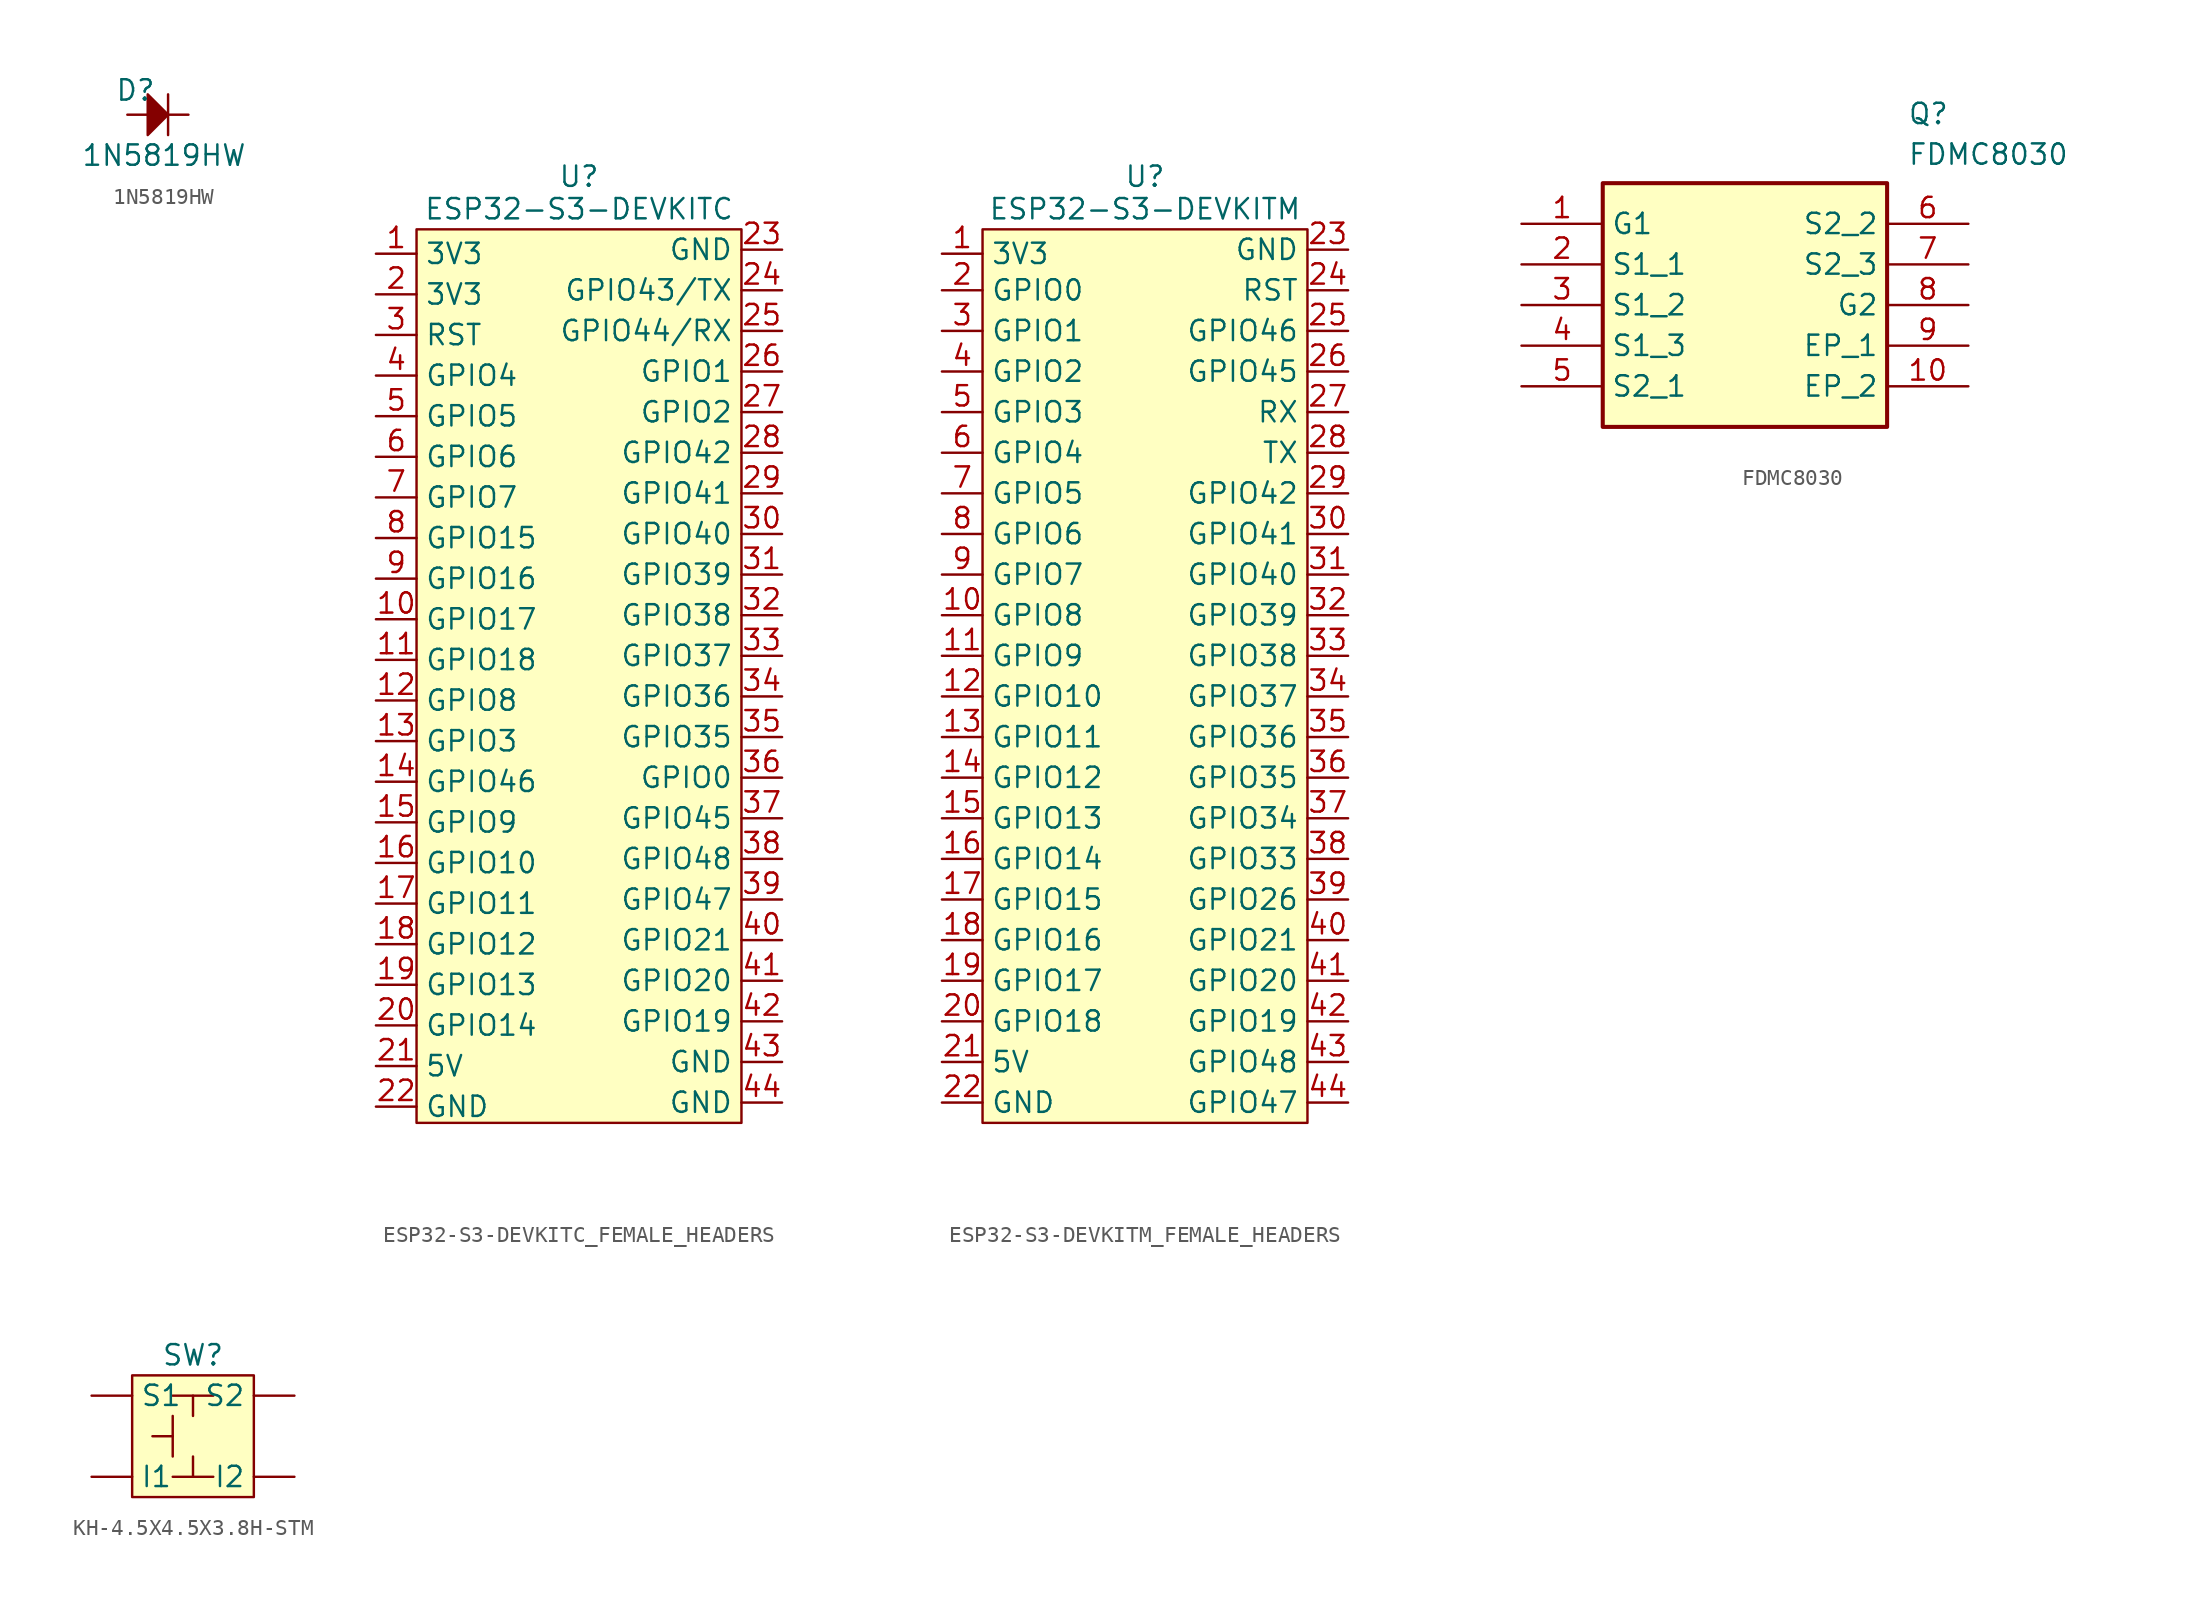
<source format=kicad_sym>
(kicad_symbol_lib
  (version 20241209)
  (generator "kicad_symbol_editor")
  (generator_version "9.0")
  (symbol "1N5819HW"
    (property "Reference" "D"
      (at -3.302 0.254 0)
      (effects (font (size 1.27 1.27))))
    (property "Value" "1N5819HW"
      (at -1.524 -3.81 0)
      (effects (font (size 1.27 1.27))))
    (symbol "1N5819HW_0_1"
      (polyline (pts (xy -1.27 0) (xy -1.27 -2.54)) (stroke (width 0) (type default)) (fill (type none))))
    (symbol "1N5819HW_1_1"
      (polyline (pts (xy -1.27 -1.27) (xy -2.54 -2.54) (xy -2.54 0) (xy -1.27 -1.27)) (stroke (width 0) (type default)) (fill (type outline)))
      (pin input line (at -3.81 -1.27 0) (length 2.54) (name "" (effects (font (size 1.27 1.27)))) (number "" (effects (font (size 1.27 1.27)))))
      (pin output line (at 0 -1.27 180) (length 2.54) (name "" (effects (font (size 1.27 1.27)))) (number "" (effects (font (size 1.27 1.27)))))))
  (symbol "ESP32-S3-DEVKITC_FEMALE_HEADERS"
    (property "Reference" "U"
      (at 10.16 59.182 0)
      (effects (font (size 1.27 1.27))))
    (property "Value" "ESP32-S3-DEVKITC"
      (at 10.16 57.15 0)
      (effects (font (size 1.27 1.27))))
    (symbol "ESP32-S3-DEVKITC_FEMALE_HEADERS_1_0"
      (pin bidirectional line (at -2.54 51.816 0) (length 2.54) (name "3V3" (effects (font (size 1.27 1.27)))) (number "2" (effects (font (size 1.27 1.27)))))
      (pin input line (at -2.54 49.276 0) (length 2.54) (name "RST" (effects (font (size 1.27 1.27)))) (number "3" (effects (font (size 1.27 1.27)))))
      (pin bidirectional line (at -2.54 46.736 0) (length 2.54) (name "GPIO4" (effects (font (size 1.27 1.27)))) (number "4" (effects (font (size 1.27 1.27)))))
      (pin bidirectional line (at -2.54 44.196 0) (length 2.54) (name "GPIO5" (effects (font (size 1.27 1.27)))) (number "5" (effects (font (size 1.27 1.27)))))
      (pin bidirectional line (at -2.54 41.656 0) (length 2.54) (name "GPIO6" (effects (font (size 1.27 1.27)))) (number "6" (effects (font (size 1.27 1.27)))))
      (pin bidirectional line (at -2.54 39.116 0) (length 2.54) (name "GPIO7" (effects (font (size 1.27 1.27)))) (number "7" (effects (font (size 1.27 1.27)))))
      (pin bidirectional line (at -2.54 36.576 0) (length 2.54) (name "GPIO15" (effects (font (size 1.27 1.27)))) (number "8" (effects (font (size 1.27 1.27)))))
      (pin bidirectional line (at -2.54 34.036 0) (length 2.54) (name "GPIO16" (effects (font (size 1.27 1.27)))) (number "9" (effects (font (size 1.27 1.27)))))
      (pin bidirectional line (at -2.54 31.496 0) (length 2.54) (name "GPIO17" (effects (font (size 1.27 1.27)))) (number "10" (effects (font (size 1.27 1.27)))))
      (pin bidirectional line (at -2.54 28.956 0) (length 2.54) (name "GPIO18" (effects (font (size 1.27 1.27)))) (number "11" (effects (font (size 1.27 1.27)))))
      (pin bidirectional line (at -2.54 26.416 0) (length 2.54) (name "GPIO8" (effects (font (size 1.27 1.27)))) (number "12" (effects (font (size 1.27 1.27)))))
      (pin bidirectional line (at -2.54 23.876 0) (length 2.54) (name "GPIO3" (effects (font (size 1.27 1.27)))) (number "13" (effects (font (size 1.27 1.27)))))
      (pin bidirectional line (at -2.54 21.336 0) (length 2.54) (name "GPIO46" (effects (font (size 1.27 1.27)))) (number "14" (effects (font (size 1.27 1.27)))))
      (pin bidirectional line (at -2.54 18.796 0) (length 2.54) (name "GPIO9" (effects (font (size 1.27 1.27)))) (number "15" (effects (font (size 1.27 1.27)))))
      (pin bidirectional line (at -2.54 16.256 0) (length 2.54) (name "GPIO10" (effects (font (size 1.27 1.27)))) (number "16" (effects (font (size 1.27 1.27)))))
      (pin bidirectional line (at -2.54 13.716 0) (length 2.54) (name "GPIO11" (effects (font (size 1.27 1.27)))) (number "17" (effects (font (size 1.27 1.27)))))
      (pin bidirectional line (at -2.54 11.176 0) (length 2.54) (name "GPIO12" (effects (font (size 1.27 1.27)))) (number "18" (effects (font (size 1.27 1.27)))))
      (pin bidirectional line (at -2.54 8.636 0) (length 2.54) (name "GPIO13" (effects (font (size 1.27 1.27)))) (number "19" (effects (font (size 1.27 1.27)))))
      (pin bidirectional line (at -2.54 6.096 0) (length 2.54) (name "GPIO14" (effects (font (size 1.27 1.27)))) (number "20" (effects (font (size 1.27 1.27)))))
      (pin bidirectional line (at -2.54 3.556 0) (length 2.54) (name "5V" (effects (font (size 1.27 1.27)))) (number "21" (effects (font (size 1.27 1.27)))))
      (pin bidirectional line (at -2.54 1.016 0) (length 2.54) (name "GND" (effects (font (size 1.27 1.27)))) (number "22" (effects (font (size 1.27 1.27)))))
      (pin bidirectional line (at 22.86 54.61 180) (length 2.54) (name "GND" (effects (font (size 1.27 1.27)))) (number "23" (effects (font (size 1.27 1.27)))))
      (pin bidirectional line (at 22.86 52.07 180) (length 2.54) (name "GPIO43/TX" (effects (font (size 1.27 1.27)))) (number "24" (effects (font (size 1.27 1.27)))))
      (pin bidirectional line (at 22.86 49.53 180) (length 2.54) (name "GPIO44/RX" (effects (font (size 1.27 1.27)))) (number "25" (effects (font (size 1.27 1.27)))))
      (pin bidirectional line (at 22.86 46.99 180) (length 2.54) (name "GPIO1" (effects (font (size 1.27 1.27)))) (number "26" (effects (font (size 1.27 1.27)))))
      (pin bidirectional line (at 22.86 44.45 180) (length 2.54) (name "GPIO2" (effects (font (size 1.27 1.27)))) (number "27" (effects (font (size 1.27 1.27)))))
      (pin bidirectional line (at 22.86 41.91 180) (length 2.54) (name "GPIO42" (effects (font (size 1.27 1.27)))) (number "28" (effects (font (size 1.27 1.27)))))
      (pin bidirectional line (at 22.86 39.37 180) (length 2.54) (name "GPIO41" (effects (font (size 1.27 1.27)))) (number "29" (effects (font (size 1.27 1.27)))))
      (pin bidirectional line (at 22.86 36.83 180) (length 2.54) (name "GPIO40" (effects (font (size 1.27 1.27)))) (number "30" (effects (font (size 1.27 1.27)))))
      (pin bidirectional line (at 22.86 34.29 180) (length 2.54) (name "GPIO39" (effects (font (size 1.27 1.27)))) (number "31" (effects (font (size 1.27 1.27)))))
      (pin bidirectional line (at 22.86 31.75 180) (length 2.54) (name "GPIO38" (effects (font (size 1.27 1.27)))) (number "32" (effects (font (size 1.27 1.27)))))
      (pin bidirectional line (at 22.86 29.21 180) (length 2.54) (name "GPIO37" (effects (font (size 1.27 1.27)))) (number "33" (effects (font (size 1.27 1.27)))))
      (pin bidirectional line (at 22.86 26.67 180) (length 2.54) (name "GPIO36" (effects (font (size 1.27 1.27)))) (number "34" (effects (font (size 1.27 1.27)))))
      (pin bidirectional line (at 22.86 24.13 180) (length 2.54) (name "GPIO35" (effects (font (size 1.27 1.27)))) (number "35" (effects (font (size 1.27 1.27)))))
      (pin bidirectional line (at 22.86 21.59 180) (length 2.54) (name "GPIO0" (effects (font (size 1.27 1.27)))) (number "36" (effects (font (size 1.27 1.27)))))
      (pin bidirectional line (at 22.86 19.05 180) (length 2.54) (name "GPIO45" (effects (font (size 1.27 1.27)))) (number "37" (effects (font (size 1.27 1.27)))))
      (pin bidirectional line (at 22.86 16.51 180) (length 2.54) (name "GPIO48" (effects (font (size 1.27 1.27)))) (number "38" (effects (font (size 1.27 1.27)))))
      (pin bidirectional line (at 22.86 13.97 180) (length 2.54) (name "GPIO47" (effects (font (size 1.27 1.27)))) (number "39" (effects (font (size 1.27 1.27)))))
      (pin bidirectional line (at 22.86 11.43 180) (length 2.54) (name "GPIO21" (effects (font (size 1.27 1.27)))) (number "40" (effects (font (size 1.27 1.27)))))
      (pin bidirectional line (at 22.86 8.89 180) (length 2.54) (name "GPIO20" (effects (font (size 1.27 1.27)))) (number "41" (effects (font (size 1.27 1.27)))))
      (pin bidirectional line (at 22.86 6.35 180) (length 2.54) (name "GPIO19" (effects (font (size 1.27 1.27)))) (number "42" (effects (font (size 1.27 1.27)))))
      (pin bidirectional line (at 22.86 3.81 180) (length 2.54) (name "GND" (effects (font (size 1.27 1.27)))) (number "43" (effects (font (size 1.27 1.27)))))
      (pin bidirectional line (at 22.86 1.27 180) (length 2.54) (name "GND" (effects (font (size 1.27 1.27)))) (number "44" (effects (font (size 1.27 1.27))))))
    (symbol "ESP32-S3-DEVKITC_FEMALE_HEADERS_1_1"
      (rectangle (start 0 55.88) (end 20.32 0) (stroke (width 0) (type solid)) (fill (type background)))
      (pin bidirectional line (at -2.54 54.356 0) (length 2.54) (name "3V3" (effects (font (size 1.27 1.27)))) (number "1" (effects (font (size 1.27 1.27)))))))
  (symbol "ESP32-S3-DEVKITM_FEMALE_HEADERS"
    (property "Reference" "U"
      (at 0 59.182 0)
      (effects (font (size 1.27 1.27))))
    (property "Value" "ESP32-S3-DEVKITM"
      (at 0 57.15 0)
      (effects (font (size 1.27 1.27))))
    (symbol "ESP32-S3-DEVKITM_FEMALE_HEADERS_1_0"
      (pin input line (at -12.7 52.07 0) (length 2.54) (name "GPIO0" (effects (font (size 1.27 1.27)))) (number "2" (effects (font (size 1.27 1.27)))))
      (pin bidirectional line (at -12.7 49.53 0) (length 2.54) (name "GPIO1" (effects (font (size 1.27 1.27)))) (number "3" (effects (font (size 1.27 1.27)))))
      (pin bidirectional line (at -12.7 46.99 0) (length 2.54) (name "GPIO2" (effects (font (size 1.27 1.27)))) (number "4" (effects (font (size 1.27 1.27)))))
      (pin bidirectional line (at -12.7 44.45 0) (length 2.54) (name "GPIO3" (effects (font (size 1.27 1.27)))) (number "5" (effects (font (size 1.27 1.27)))))
      (pin bidirectional line (at -12.7 41.91 0) (length 2.54) (name "GPIO4" (effects (font (size 1.27 1.27)))) (number "6" (effects (font (size 1.27 1.27)))))
      (pin bidirectional line (at -12.7 39.37 0) (length 2.54) (name "GPIO5" (effects (font (size 1.27 1.27)))) (number "7" (effects (font (size 1.27 1.27)))))
      (pin bidirectional line (at -12.7 36.83 0) (length 2.54) (name "GPIO6" (effects (font (size 1.27 1.27)))) (number "8" (effects (font (size 1.27 1.27)))))
      (pin bidirectional line (at -12.7 34.29 0) (length 2.54) (name "GPIO7" (effects (font (size 1.27 1.27)))) (number "9" (effects (font (size 1.27 1.27)))))
      (pin bidirectional line (at -12.7 31.75 0) (length 2.54) (name "GPIO8" (effects (font (size 1.27 1.27)))) (number "10" (effects (font (size 1.27 1.27)))))
      (pin bidirectional line (at -12.7 29.21 0) (length 2.54) (name "GPIO9" (effects (font (size 1.27 1.27)))) (number "11" (effects (font (size 1.27 1.27)))))
      (pin bidirectional line (at -12.7 26.67 0) (length 2.54) (name "GPIO10" (effects (font (size 1.27 1.27)))) (number "12" (effects (font (size 1.27 1.27)))))
      (pin bidirectional line (at -12.7 24.13 0) (length 2.54) (name "GPIO11" (effects (font (size 1.27 1.27)))) (number "13" (effects (font (size 1.27 1.27)))))
      (pin bidirectional line (at -12.7 21.59 0) (length 2.54) (name "GPIO12" (effects (font (size 1.27 1.27)))) (number "14" (effects (font (size 1.27 1.27)))))
      (pin bidirectional line (at -12.7 19.05 0) (length 2.54) (name "GPIO13" (effects (font (size 1.27 1.27)))) (number "15" (effects (font (size 1.27 1.27)))))
      (pin bidirectional line (at -12.7 16.51 0) (length 2.54) (name "GPIO14" (effects (font (size 1.27 1.27)))) (number "16" (effects (font (size 1.27 1.27)))))
      (pin bidirectional line (at -12.7 13.97 0) (length 2.54) (name "GPIO15" (effects (font (size 1.27 1.27)))) (number "17" (effects (font (size 1.27 1.27)))))
      (pin bidirectional line (at -12.7 11.43 0) (length 2.54) (name "GPIO16" (effects (font (size 1.27 1.27)))) (number "18" (effects (font (size 1.27 1.27)))))
      (pin bidirectional line (at -12.7 8.89 0) (length 2.54) (name "GPIO17" (effects (font (size 1.27 1.27)))) (number "19" (effects (font (size 1.27 1.27)))))
      (pin bidirectional line (at -12.7 6.35 0) (length 2.54) (name "GPIO18" (effects (font (size 1.27 1.27)))) (number "20" (effects (font (size 1.27 1.27)))))
      (pin bidirectional line (at -12.7 3.81 0) (length 2.54) (name "5V" (effects (font (size 1.27 1.27)))) (number "21" (effects (font (size 1.27 1.27)))))
      (pin bidirectional line (at -12.7 1.27 0) (length 2.54) (name "GND" (effects (font (size 1.27 1.27)))) (number "22" (effects (font (size 1.27 1.27)))))
      (pin bidirectional line (at 12.7 54.61 180) (length 2.54) (name "GND" (effects (font (size 1.27 1.27)))) (number "23" (effects (font (size 1.27 1.27)))))
      (pin bidirectional line (at 12.7 52.07 180) (length 2.54) (name "RST" (effects (font (size 1.27 1.27)))) (number "24" (effects (font (size 1.27 1.27)))))
      (pin bidirectional line (at 12.7 49.53 180) (length 2.54) (name "GPIO46" (effects (font (size 1.27 1.27)))) (number "25" (effects (font (size 1.27 1.27)))))
      (pin bidirectional line (at 12.7 46.99 180) (length 2.54) (name "GPIO45" (effects (font (size 1.27 1.27)))) (number "26" (effects (font (size 1.27 1.27)))))
      (pin bidirectional line (at 12.7 44.45 180) (length 2.54) (name "RX" (effects (font (size 1.27 1.27)))) (number "27" (effects (font (size 1.27 1.27)))))
      (pin bidirectional line (at 12.7 41.91 180) (length 2.54) (name "TX" (effects (font (size 1.27 1.27)))) (number "28" (effects (font (size 1.27 1.27)))))
      (pin bidirectional line (at 12.7 39.37 180) (length 2.54) (name "GPIO42" (effects (font (size 1.27 1.27)))) (number "29" (effects (font (size 1.27 1.27)))))
      (pin bidirectional line (at 12.7 36.83 180) (length 2.54) (name "GPIO41" (effects (font (size 1.27 1.27)))) (number "30" (effects (font (size 1.27 1.27)))))
      (pin bidirectional line (at 12.7 34.29 180) (length 2.54) (name "GPIO40" (effects (font (size 1.27 1.27)))) (number "31" (effects (font (size 1.27 1.27)))))
      (pin bidirectional line (at 12.7 31.75 180) (length 2.54) (name "GPIO39" (effects (font (size 1.27 1.27)))) (number "32" (effects (font (size 1.27 1.27)))))
      (pin bidirectional line (at 12.7 29.21 180) (length 2.54) (name "GPIO38" (effects (font (size 1.27 1.27)))) (number "33" (effects (font (size 1.27 1.27)))))
      (pin bidirectional line (at 12.7 26.67 180) (length 2.54) (name "GPIO37" (effects (font (size 1.27 1.27)))) (number "34" (effects (font (size 1.27 1.27)))))
      (pin bidirectional line (at 12.7 24.13 180) (length 2.54) (name "GPIO36" (effects (font (size 1.27 1.27)))) (number "35" (effects (font (size 1.27 1.27)))))
      (pin bidirectional line (at 12.7 21.59 180) (length 2.54) (name "GPIO35" (effects (font (size 1.27 1.27)))) (number "36" (effects (font (size 1.27 1.27)))))
      (pin bidirectional line (at 12.7 19.05 180) (length 2.54) (name "GPIO34" (effects (font (size 1.27 1.27)))) (number "37" (effects (font (size 1.27 1.27)))))
      (pin bidirectional line (at 12.7 16.51 180) (length 2.54) (name "GPIO33" (effects (font (size 1.27 1.27)))) (number "38" (effects (font (size 1.27 1.27)))))
      (pin bidirectional line (at 12.7 13.97 180) (length 2.54) (name "GPIO26" (effects (font (size 1.27 1.27)))) (number "39" (effects (font (size 1.27 1.27)))))
      (pin bidirectional line (at 12.7 11.43 180) (length 2.54) (name "GPIO21" (effects (font (size 1.27 1.27)))) (number "40" (effects (font (size 1.27 1.27)))))
      (pin bidirectional line (at 12.7 8.89 180) (length 2.54) (name "GPIO20" (effects (font (size 1.27 1.27)))) (number "41" (effects (font (size 1.27 1.27)))))
      (pin bidirectional line (at 12.7 6.35 180) (length 2.54) (name "GPIO19" (effects (font (size 1.27 1.27)))) (number "42" (effects (font (size 1.27 1.27)))))
      (pin bidirectional line (at 12.7 3.81 180) (length 2.54) (name "GPIO48" (effects (font (size 1.27 1.27)))) (number "43" (effects (font (size 1.27 1.27)))))
      (pin bidirectional line (at 12.7 1.27 180) (length 2.54) (name "GPIO47" (effects (font (size 1.27 1.27)))) (number "44" (effects (font (size 1.27 1.27))))))
    (symbol "ESP32-S3-DEVKITM_FEMALE_HEADERS_1_1"
      (rectangle (start -10.16 55.88) (end 10.16 0) (stroke (width 0) (type solid)) (fill (type background)))
      (pin bidirectional line (at -12.7 54.356 0) (length 2.54) (name "3V3" (effects (font (size 1.27 1.27)))) (number "1" (effects (font (size 1.27 1.27)))))))
  (symbol "FDMC8030"
    (property "Reference" "Q"
      (at 24.13 7.62 0)
      (effects (font (size 1.27 1.27)) (justify left top)))
    (property "Value" "FDMC8030"
      (at 24.13 5.08 0)
      (effects (font (size 1.27 1.27)) (justify left top)))
    (symbol "FDMC8030_1_1"
      (rectangle (start 5.08 2.54) (end 22.86 -12.7) (stroke (width 0.254) (type default)) (fill (type background)))
      (pin passive line (at 0 0 0) (length 5.08) (name "G1" (effects (font (size 1.27 1.27)))) (number "1" (effects (font (size 1.27 1.27)))))
      (pin passive line (at 0 -2.54 0) (length 5.08) (name "S1_1" (effects (font (size 1.27 1.27)))) (number "2" (effects (font (size 1.27 1.27)))))
      (pin passive line (at 0 -5.08 0) (length 5.08) (name "S1_2" (effects (font (size 1.27 1.27)))) (number "3" (effects (font (size 1.27 1.27)))))
      (pin passive line (at 0 -7.62 0) (length 5.08) (name "S1_3" (effects (font (size 1.27 1.27)))) (number "4" (effects (font (size 1.27 1.27)))))
      (pin passive line (at 0 -10.16 0) (length 5.08) (name "S2_1" (effects (font (size 1.27 1.27)))) (number "5" (effects (font (size 1.27 1.27)))))
      (pin passive line (at 27.94 0 180) (length 5.08) (name "S2_2" (effects (font (size 1.27 1.27)))) (number "6" (effects (font (size 1.27 1.27)))))
      (pin passive line (at 27.94 -2.54 180) (length 5.08) (name "S2_3" (effects (font (size 1.27 1.27)))) (number "7" (effects (font (size 1.27 1.27)))))
      (pin passive line (at 27.94 -5.08 180) (length 5.08) (name "G2" (effects (font (size 1.27 1.27)))) (number "8" (effects (font (size 1.27 1.27)))))
      (pin passive line (at 27.94 -7.62 180) (length 5.08) (name "EP_1" (effects (font (size 1.27 1.27)))) (number "9" (effects (font (size 1.27 1.27)))))
      (pin passive line (at 27.94 -10.16 180) (length 5.08) (name "EP_2" (effects (font (size 1.27 1.27)))) (number "10" (effects (font (size 1.27 1.27)))))))
  (symbol "KH-4.5X4.5X3.8H-STM"
    (property "Reference" "SW"
      (at 0 0 0)
      (effects (font (size 1.27 1.27))))
    (property "Value" ""
      (at 0 0 0)
      (effects (font (size 1.27 1.27))))
    (symbol "KH-4.5X4.5X3.8H-STM_0_1"
      (polyline (pts (xy -1.27 -2.54) (xy 1.27 -2.54)) (stroke (width 0) (type default)) (fill (type none)))
      (polyline (pts (xy -1.27 -3.81) (xy -1.27 -6.35)) (stroke (width 0) (type default)) (fill (type none)))
      (polyline (pts (xy -1.27 -5.08) (xy -2.54 -5.08)) (stroke (width 0) (type default)) (fill (type none)))
      (polyline (pts (xy -1.27 -7.62) (xy 1.27 -7.62)) (stroke (width 0) (type default)) (fill (type none)))
      (polyline (pts (xy 0 -2.54) (xy 0 -3.81)) (stroke (width 0) (type default)) (fill (type none)))
      (polyline (pts (xy 0 -7.62) (xy 0 -6.35)) (stroke (width 0) (type default)) (fill (type none))))
    (symbol "KH-4.5X4.5X3.8H-STM_1_1"
      (rectangle (start -3.81 -1.27) (end 3.81 -8.89) (stroke (width 0) (type default)) (fill (type background)))
      (pin bidirectional line (at -6.35 -2.54 0) (length 2.54) (name "S1" (effects (font (size 1.27 1.27)))) (number "" (effects (font (size 1.27 1.27)))))
      (pin bidirectional line (at -6.35 -7.62 0) (length 2.54) (name "I1" (effects (font (size 1.27 1.27)))) (number "" (effects (font (size 1.27 1.27)))))
      (pin bidirectional line (at 6.35 -2.54 180) (length 2.54) (name "S2" (effects (font (size 1.27 1.27)))) (number "" (effects (font (size 1.27 1.27)))))
      (pin bidirectional line (at 6.35 -7.62 180) (length 2.54) (name "I2" (effects (font (size 1.27 1.27)))) (number "" (effects (font (size 1.27 1.27))))))))
</source>
